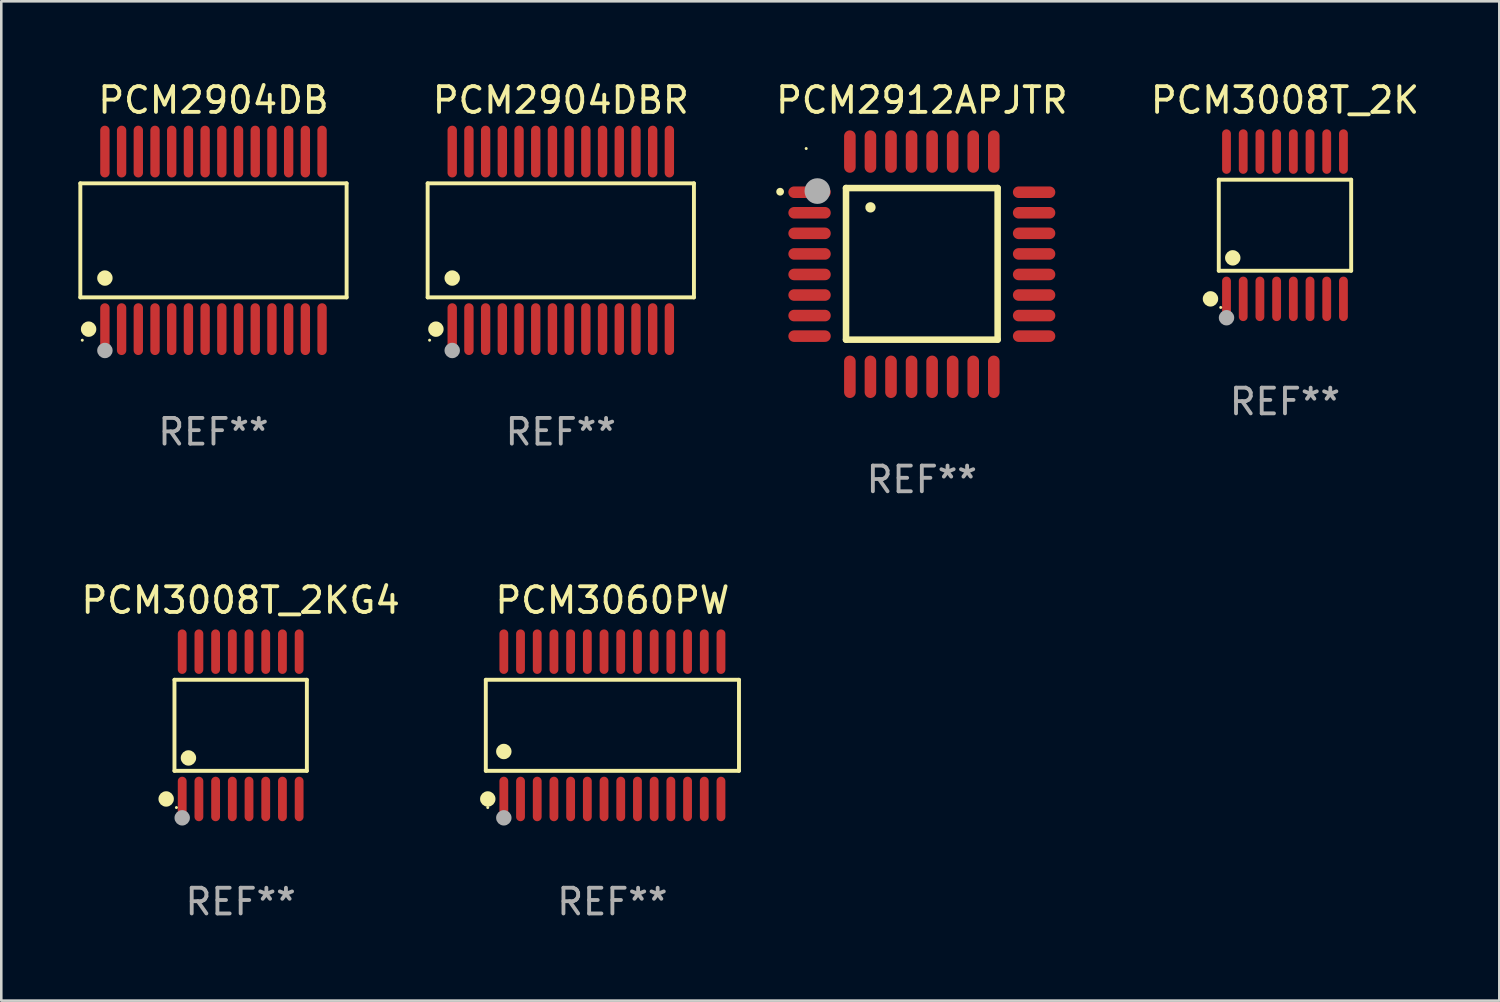
<source format=kicad_pcb>
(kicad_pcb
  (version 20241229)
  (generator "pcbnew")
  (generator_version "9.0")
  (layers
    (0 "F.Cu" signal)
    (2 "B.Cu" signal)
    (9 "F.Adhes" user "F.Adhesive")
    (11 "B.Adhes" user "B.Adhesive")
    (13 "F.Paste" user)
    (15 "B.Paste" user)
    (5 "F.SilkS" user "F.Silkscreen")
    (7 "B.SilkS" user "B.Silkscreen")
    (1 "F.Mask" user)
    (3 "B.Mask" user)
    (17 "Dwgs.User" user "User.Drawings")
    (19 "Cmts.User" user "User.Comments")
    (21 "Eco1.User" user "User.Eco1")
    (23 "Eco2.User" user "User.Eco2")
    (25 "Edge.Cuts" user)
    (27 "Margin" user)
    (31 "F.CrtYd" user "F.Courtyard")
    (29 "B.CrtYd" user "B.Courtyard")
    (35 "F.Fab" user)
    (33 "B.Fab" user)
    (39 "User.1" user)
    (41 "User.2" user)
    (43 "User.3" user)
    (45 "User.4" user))
  (footprint "PCM2904DBR"
    (layer "F.Cu")
    (at 18.772 6.303)
    (property "Reference" "PCM2904DBR" (at 0 -5.455 0) (layer "F.SilkS") (effects (font (size 1 1) (thickness 0.15))))
    (attr through_hole)
    (fp_line (start -5.181 -2.219) (end 5.181 -2.219) (stroke (width 0.152) (type solid)) (layer "F.SilkS"))
    (fp_line (start -5.181 2.219) (end -5.181 -2.219) (stroke (width 0.152) (type solid)) (layer "F.SilkS"))
    (fp_line (start 5.181 -2.219) (end 5.181 2.219) (stroke (width 0.152) (type solid)) (layer "F.SilkS"))
    (fp_line (start 5.181 2.219) (end -5.181 2.219) (stroke (width 0.152) (type solid)) (layer "F.SilkS"))
    (fp_circle (center -5.105 3.885) (end -5.075 3.885) (stroke (width 0.06) (type solid)) (fill no) (layer "F.SilkS"))
    (fp_circle (center -4.859 3.455) (end -4.709 3.455) (stroke (width 0.3) (type solid)) (fill no) (layer "F.SilkS"))
    (fp_circle (center -4.225 1.467) (end -4.075 1.467) (stroke (width 0.3) (type solid)) (fill no) (layer "F.SilkS"))
    (fp_circle (center -4.225 4.285) (end -4.075 4.285) (stroke (width 0.3) (type solid)) (fill no) (layer "F.Fab"))
    (fp_text user "REF**" (at 0 7.455 0) (layer "F.Fab") (effects (font (size 1 1) (thickness 0.15))))
    (pad "1" smd oval (at -4.225 3.455) (size 0.364 2.015) (layers "F.Cu" "F.Mask" "F.Paste"))
    (pad "2" smd oval (at -3.575 3.455) (size 0.364 2.015) (layers "F.Cu" "F.Mask" "F.Paste"))
    (pad "3" smd oval (at -2.925 3.455) (size 0.364 2.015) (layers "F.Cu" "F.Mask" "F.Paste"))
    (pad "4" smd oval (at -2.275 3.455) (size 0.364 2.015) (layers "F.Cu" "F.Mask" "F.Paste"))
    (pad "5" smd oval (at -1.625 3.455) (size 0.364 2.015) (layers "F.Cu" "F.Mask" "F.Paste"))
    (pad "6" smd oval (at -0.975 3.455) (size 0.364 2.015) (layers "F.Cu" "F.Mask" "F.Paste"))
    (pad "7" smd oval (at -0.325 3.455) (size 0.364 2.015) (layers "F.Cu" "F.Mask" "F.Paste"))
    (pad "8" smd oval (at 0.325 3.455) (size 0.364 2.015) (layers "F.Cu" "F.Mask" "F.Paste"))
    (pad "9" smd oval (at 0.975 3.455) (size 0.364 2.015) (layers "F.Cu" "F.Mask" "F.Paste"))
    (pad "10" smd oval (at 1.625 3.455) (size 0.364 2.015) (layers "F.Cu" "F.Mask" "F.Paste"))
    (pad "11" smd oval (at 2.275 3.455) (size 0.364 2.015) (layers "F.Cu" "F.Mask" "F.Paste"))
    (pad "12" smd oval (at 2.925 3.455) (size 0.364 2.015) (layers "F.Cu" "F.Mask" "F.Paste"))
    (pad "13" smd oval (at 3.575 3.455) (size 0.364 2.015) (layers "F.Cu" "F.Mask" "F.Paste"))
    (pad "14" smd oval (at 4.225 3.455) (size 0.364 2.015) (layers "F.Cu" "F.Mask" "F.Paste"))
    (pad "15" smd oval (at 4.225 -3.455) (size 0.364 2.015) (layers "F.Cu" "F.Mask" "F.Paste"))
    (pad "16" smd oval (at 3.575 -3.455) (size 0.364 2.015) (layers "F.Cu" "F.Mask" "F.Paste"))
    (pad "17" smd oval (at 2.925 -3.455) (size 0.364 2.015) (layers "F.Cu" "F.Mask" "F.Paste"))
    (pad "18" smd oval (at 2.275 -3.455) (size 0.364 2.015) (layers "F.Cu" "F.Mask" "F.Paste"))
    (pad "19" smd oval (at 1.625 -3.455) (size 0.364 2.015) (layers "F.Cu" "F.Mask" "F.Paste"))
    (pad "20" smd oval (at 0.975 -3.455) (size 0.364 2.015) (layers "F.Cu" "F.Mask" "F.Paste"))
    (pad "21" smd oval (at 0.325 -3.455) (size 0.364 2.015) (layers "F.Cu" "F.Mask" "F.Paste"))
    (pad "22" smd oval (at -0.325 -3.455) (size 0.364 2.015) (layers "F.Cu" "F.Mask" "F.Paste"))
    (pad "23" smd oval (at -0.975 -3.455) (size 0.364 2.015) (layers "F.Cu" "F.Mask" "F.Paste"))
    (pad "24" smd oval (at -1.625 -3.455) (size 0.364 2.015) (layers "F.Cu" "F.Mask" "F.Paste"))
    (pad "25" smd oval (at -2.275 -3.455) (size 0.364 2.015) (layers "F.Cu" "F.Mask" "F.Paste"))
    (pad "26" smd oval (at -2.925 -3.455) (size 0.364 2.015) (layers "F.Cu" "F.Mask" "F.Paste"))
    (pad "27" smd oval (at -3.575 -3.455) (size 0.364 2.015) (layers "F.Cu" "F.Mask" "F.Paste"))
    (pad "28" smd oval (at -4.225 -3.455) (size 0.364 2.015) (layers "F.Cu" "F.Mask" "F.Paste")))
  (footprint "PCM3008T_2K"
    (layer "F.Cu")
    (at 46.952 5.714)
    (property "Reference" "PCM3008T_2K" (at 0 -4.866 0) (layer "F.SilkS") (effects (font (size 1 1) (thickness 0.15))))
    (attr through_hole)
    (fp_line (start -2.576 -1.772) (end 2.576 -1.772) (stroke (width 0.152) (type solid)) (layer "F.SilkS"))
    (fp_line (start -2.576 1.771) (end -2.576 -1.772) (stroke (width 0.152) (type solid)) (layer "F.SilkS"))
    (fp_line (start 2.576 -1.772) (end 2.576 1.771) (stroke (width 0.152) (type solid)) (layer "F.SilkS"))
    (fp_line (start 2.576 1.771) (end -2.576 1.771) (stroke (width 0.152) (type solid)) (layer "F.SilkS"))
    (fp_circle (center -2.899 2.866) (end -2.749 2.866) (stroke (width 0.3) (type solid)) (fill no) (layer "F.SilkS"))
    (fp_circle (center -2.5 3.2) (end -2.47 3.2) (stroke (width 0.06) (type solid)) (fill no) (layer "F.SilkS"))
    (fp_circle (center -2.032 1.27) (end -1.882 1.27) (stroke (width 0.3) (type solid)) (fill no) (layer "F.SilkS"))
    (fp_circle (center -2.275 3.6) (end -2.125 3.6) (stroke (width 0.3) (type solid)) (fill no) (layer "F.Fab"))
    (fp_text user "REF**" (at 0 6.866 0) (layer "F.Fab") (effects (font (size 1 1) (thickness 0.15))))
    (pad "1" smd oval (at -2.275 2.866) (size 0.343 1.731) (layers "F.Cu" "F.Mask" "F.Paste"))
    (pad "2" smd oval (at -1.625 2.866) (size 0.343 1.731) (layers "F.Cu" "F.Mask" "F.Paste"))
    (pad "3" smd oval (at -0.975 2.866) (size 0.343 1.731) (layers "F.Cu" "F.Mask" "F.Paste"))
    (pad "4" smd oval (at -0.325 2.866) (size 0.343 1.731) (layers "F.Cu" "F.Mask" "F.Paste"))
    (pad "5" smd oval (at 0.325 2.866) (size 0.343 1.731) (layers "F.Cu" "F.Mask" "F.Paste"))
    (pad "6" smd oval (at 0.975 2.866) (size 0.343 1.731) (layers "F.Cu" "F.Mask" "F.Paste"))
    (pad "7" smd oval (at 1.625 2.866) (size 0.343 1.731) (layers "F.Cu" "F.Mask" "F.Paste"))
    (pad "8" smd oval (at 2.275 2.866) (size 0.343 1.731) (layers "F.Cu" "F.Mask" "F.Paste"))
    (pad "9" smd oval (at 2.275 -2.866) (size 0.343 1.731) (layers "F.Cu" "F.Mask" "F.Paste"))
    (pad "10" smd oval (at 1.625 -2.866) (size 0.343 1.731) (layers "F.Cu" "F.Mask" "F.Paste"))
    (pad "11" smd oval (at 0.975 -2.866) (size 0.343 1.731) (layers "F.Cu" "F.Mask" "F.Paste"))
    (pad "12" smd oval (at 0.325 -2.866) (size 0.343 1.731) (layers "F.Cu" "F.Mask" "F.Paste"))
    (pad "13" smd oval (at -0.325 -2.866) (size 0.343 1.731) (layers "F.Cu" "F.Mask" "F.Paste"))
    (pad "14" smd oval (at -0.975 -2.866) (size 0.343 1.731) (layers "F.Cu" "F.Mask" "F.Paste"))
    (pad "15" smd oval (at -1.625 -2.866) (size 0.343 1.731) (layers "F.Cu" "F.Mask" "F.Paste"))
    (pad "16" smd oval (at -2.275 -2.866) (size 0.343 1.731) (layers "F.Cu" "F.Mask" "F.Paste")))
  (footprint "PCM3060PW"
    (layer "F.Cu")
    (at 20.78 25.174)
    (property "Reference" "PCM3060PW" (at 0 -4.866 0) (layer "F.SilkS") (effects (font (size 1 1) (thickness 0.15))))
    (attr through_hole)
    (fp_line (start -4.926 -1.772) (end 4.926 -1.772) (stroke (width 0.152) (type solid)) (layer "F.SilkS"))
    (fp_line (start -4.926 1.771) (end -4.926 -1.772) (stroke (width 0.152) (type solid)) (layer "F.SilkS"))
    (fp_line (start 4.926 -1.772) (end 4.926 1.771) (stroke (width 0.152) (type solid)) (layer "F.SilkS"))
    (fp_line (start 4.926 1.771) (end -4.926 1.771) (stroke (width 0.152) (type solid)) (layer "F.SilkS"))
    (fp_circle (center -4.85 3.2) (end -4.82 3.2) (stroke (width 0.06) (type solid)) (fill no) (layer "F.SilkS"))
    (fp_circle (center -4.849 2.866) (end -4.699 2.866) (stroke (width 0.3) (type solid)) (fill no) (layer "F.SilkS"))
    (fp_circle (center -4.225 1.019) (end -4.075 1.019) (stroke (width 0.3) (type solid)) (fill no) (layer "F.SilkS"))
    (fp_circle (center -4.225 3.6) (end -4.075 3.6) (stroke (width 0.3) (type solid)) (fill no) (layer "F.Fab"))
    (fp_text user "REF**" (at 0 6.866 0) (layer "F.Fab") (effects (font (size 1 1) (thickness 0.15))))
    (pad "1" smd oval (at -4.225 2.866) (size 0.343 1.731) (layers "F.Cu" "F.Mask" "F.Paste"))
    (pad "2" smd oval (at -3.575 2.866) (size 0.343 1.731) (layers "F.Cu" "F.Mask" "F.Paste"))
    (pad "3" smd oval (at -2.925 2.866) (size 0.343 1.731) (layers "F.Cu" "F.Mask" "F.Paste"))
    (pad "4" smd oval (at -2.275 2.866) (size 0.343 1.731) (layers "F.Cu" "F.Mask" "F.Paste"))
    (pad "5" smd oval (at -1.625 2.866) (size 0.343 1.731) (layers "F.Cu" "F.Mask" "F.Paste"))
    (pad "6" smd oval (at -0.975 2.866) (size 0.343 1.731) (layers "F.Cu" "F.Mask" "F.Paste"))
    (pad "7" smd oval (at -0.325 2.866) (size 0.343 1.731) (layers "F.Cu" "F.Mask" "F.Paste"))
    (pad "8" smd oval (at 0.325 2.866) (size 0.343 1.731) (layers "F.Cu" "F.Mask" "F.Paste"))
    (pad "9" smd oval (at 0.975 2.866) (size 0.343 1.731) (layers "F.Cu" "F.Mask" "F.Paste"))
    (pad "10" smd oval (at 1.625 2.866) (size 0.343 1.731) (layers "F.Cu" "F.Mask" "F.Paste"))
    (pad "11" smd oval (at 2.275 2.866) (size 0.343 1.731) (layers "F.Cu" "F.Mask" "F.Paste"))
    (pad "12" smd oval (at 2.925 2.866) (size 0.343 1.731) (layers "F.Cu" "F.Mask" "F.Paste"))
    (pad "13" smd oval (at 3.575 2.866) (size 0.343 1.731) (layers "F.Cu" "F.Mask" "F.Paste"))
    (pad "14" smd oval (at 4.225 2.866) (size 0.343 1.731) (layers "F.Cu" "F.Mask" "F.Paste"))
    (pad "15" smd oval (at 4.225 -2.866) (size 0.343 1.731) (layers "F.Cu" "F.Mask" "F.Paste"))
    (pad "16" smd oval (at 3.575 -2.866) (size 0.343 1.731) (layers "F.Cu" "F.Mask" "F.Paste"))
    (pad "17" smd oval (at 2.925 -2.866) (size 0.343 1.731) (layers "F.Cu" "F.Mask" "F.Paste"))
    (pad "18" smd oval (at 2.275 -2.866) (size 0.343 1.731) (layers "F.Cu" "F.Mask" "F.Paste"))
    (pad "19" smd oval (at 1.625 -2.866) (size 0.343 1.731) (layers "F.Cu" "F.Mask" "F.Paste"))
    (pad "20" smd oval (at 0.975 -2.866) (size 0.343 1.731) (layers "F.Cu" "F.Mask" "F.Paste"))
    (pad "21" smd oval (at 0.325 -2.866) (size 0.343 1.731) (layers "F.Cu" "F.Mask" "F.Paste"))
    (pad "22" smd oval (at -0.325 -2.866) (size 0.343 1.731) (layers "F.Cu" "F.Mask" "F.Paste"))
    (pad "23" smd oval (at -0.975 -2.866) (size 0.343 1.731) (layers "F.Cu" "F.Mask" "F.Paste"))
    (pad "24" smd oval (at -1.625 -2.866) (size 0.343 1.731) (layers "F.Cu" "F.Mask" "F.Paste"))
    (pad "25" smd oval (at -2.275 -2.866) (size 0.343 1.731) (layers "F.Cu" "F.Mask" "F.Paste"))
    (pad "26" smd oval (at -2.925 -2.866) (size 0.343 1.731) (layers "F.Cu" "F.Mask" "F.Paste"))
    (pad "27" smd oval (at -3.575 -2.866) (size 0.343 1.731) (layers "F.Cu" "F.Mask" "F.Paste"))
    (pad "28" smd oval (at -4.225 -2.866) (size 0.343 1.731) (layers "F.Cu" "F.Mask" "F.Paste")))
  (footprint "PCM2904DB"
    (layer "F.Cu")
    (at 5.257 6.303)
    (property "Reference" "PCM2904DB" (at 0 -5.455 0) (layer "F.SilkS") (effects (font (size 1 1) (thickness 0.15))))
    (attr through_hole)
    (fp_line (start -5.181 -2.219) (end 5.181 -2.219) (stroke (width 0.152) (type solid)) (layer "F.SilkS"))
    (fp_line (start -5.181 2.219) (end -5.181 -2.219) (stroke (width 0.152) (type solid)) (layer "F.SilkS"))
    (fp_line (start 5.181 -2.219) (end 5.181 2.219) (stroke (width 0.152) (type solid)) (layer "F.SilkS"))
    (fp_line (start 5.181 2.219) (end -5.181 2.219) (stroke (width 0.152) (type solid)) (layer "F.SilkS"))
    (fp_circle (center -5.105 3.885) (end -5.075 3.885) (stroke (width 0.06) (type solid)) (fill no) (layer "F.SilkS"))
    (fp_circle (center -4.859 3.455) (end -4.709 3.455) (stroke (width 0.3) (type solid)) (fill no) (layer "F.SilkS"))
    (fp_circle (center -4.225 1.467) (end -4.075 1.467) (stroke (width 0.3) (type solid)) (fill no) (layer "F.SilkS"))
    (fp_circle (center -4.225 4.285) (end -4.075 4.285) (stroke (width 0.3) (type solid)) (fill no) (layer "F.Fab"))
    (fp_text user "REF**" (at 0 7.455 0) (layer "F.Fab") (effects (font (size 1 1) (thickness 0.15))))
    (pad "1" smd oval (at -4.225 3.455) (size 0.364 2.015) (layers "F.Cu" "F.Mask" "F.Paste"))
    (pad "2" smd oval (at -3.575 3.455) (size 0.364 2.015) (layers "F.Cu" "F.Mask" "F.Paste"))
    (pad "3" smd oval (at -2.925 3.455) (size 0.364 2.015) (layers "F.Cu" "F.Mask" "F.Paste"))
    (pad "4" smd oval (at -2.275 3.455) (size 0.364 2.015) (layers "F.Cu" "F.Mask" "F.Paste"))
    (pad "5" smd oval (at -1.625 3.455) (size 0.364 2.015) (layers "F.Cu" "F.Mask" "F.Paste"))
    (pad "6" smd oval (at -0.975 3.455) (size 0.364 2.015) (layers "F.Cu" "F.Mask" "F.Paste"))
    (pad "7" smd oval (at -0.325 3.455) (size 0.364 2.015) (layers "F.Cu" "F.Mask" "F.Paste"))
    (pad "8" smd oval (at 0.325 3.455) (size 0.364 2.015) (layers "F.Cu" "F.Mask" "F.Paste"))
    (pad "9" smd oval (at 0.975 3.455) (size 0.364 2.015) (layers "F.Cu" "F.Mask" "F.Paste"))
    (pad "10" smd oval (at 1.625 3.455) (size 0.364 2.015) (layers "F.Cu" "F.Mask" "F.Paste"))
    (pad "11" smd oval (at 2.275 3.455) (size 0.364 2.015) (layers "F.Cu" "F.Mask" "F.Paste"))
    (pad "12" smd oval (at 2.925 3.455) (size 0.364 2.015) (layers "F.Cu" "F.Mask" "F.Paste"))
    (pad "13" smd oval (at 3.575 3.455) (size 0.364 2.015) (layers "F.Cu" "F.Mask" "F.Paste"))
    (pad "14" smd oval (at 4.225 3.455) (size 0.364 2.015) (layers "F.Cu" "F.Mask" "F.Paste"))
    (pad "15" smd oval (at 4.225 -3.455) (size 0.364 2.015) (layers "F.Cu" "F.Mask" "F.Paste"))
    (pad "16" smd oval (at 3.575 -3.455) (size 0.364 2.015) (layers "F.Cu" "F.Mask" "F.Paste"))
    (pad "17" smd oval (at 2.925 -3.455) (size 0.364 2.015) (layers "F.Cu" "F.Mask" "F.Paste"))
    (pad "18" smd oval (at 2.275 -3.455) (size 0.364 2.015) (layers "F.Cu" "F.Mask" "F.Paste"))
    (pad "19" smd oval (at 1.625 -3.455) (size 0.364 2.015) (layers "F.Cu" "F.Mask" "F.Paste"))
    (pad "20" smd oval (at 0.975 -3.455) (size 0.364 2.015) (layers "F.Cu" "F.Mask" "F.Paste"))
    (pad "21" smd oval (at 0.325 -3.455) (size 0.364 2.015) (layers "F.Cu" "F.Mask" "F.Paste"))
    (pad "22" smd oval (at -0.325 -3.455) (size 0.364 2.015) (layers "F.Cu" "F.Mask" "F.Paste"))
    (pad "23" smd oval (at -0.975 -3.455) (size 0.364 2.015) (layers "F.Cu" "F.Mask" "F.Paste"))
    (pad "24" smd oval (at -1.625 -3.455) (size 0.364 2.015) (layers "F.Cu" "F.Mask" "F.Paste"))
    (pad "25" smd oval (at -2.275 -3.455) (size 0.364 2.015) (layers "F.Cu" "F.Mask" "F.Paste"))
    (pad "26" smd oval (at -2.925 -3.455) (size 0.364 2.015) (layers "F.Cu" "F.Mask" "F.Paste"))
    (pad "27" smd oval (at -3.575 -3.455) (size 0.364 2.015) (layers "F.Cu" "F.Mask" "F.Paste"))
    (pad "28" smd oval (at -4.225 -3.455) (size 0.364 2.015) (layers "F.Cu" "F.Mask" "F.Paste")))
  (footprint "PCM3008T_2KG4"
    (layer "F.Cu")
    (at 6.315 25.174)
    (property "Reference" "PCM3008T_2KG4" (at 0 -4.866 0) (layer "F.SilkS") (effects (font (size 1 1) (thickness 0.15))))
    (attr through_hole)
    (fp_line (start -2.576 -1.772) (end 2.576 -1.772) (stroke (width 0.152) (type solid)) (layer "F.SilkS"))
    (fp_line (start -2.576 1.771) (end -2.576 -1.772) (stroke (width 0.152) (type solid)) (layer "F.SilkS"))
    (fp_line (start 2.576 -1.772) (end 2.576 1.771) (stroke (width 0.152) (type solid)) (layer "F.SilkS"))
    (fp_line (start 2.576 1.771) (end -2.576 1.771) (stroke (width 0.152) (type solid)) (layer "F.SilkS"))
    (fp_circle (center -2.899 2.866) (end -2.749 2.866) (stroke (width 0.3) (type solid)) (fill no) (layer "F.SilkS"))
    (fp_circle (center -2.5 3.2) (end -2.47 3.2) (stroke (width 0.06) (type solid)) (fill no) (layer "F.SilkS"))
    (fp_circle (center -2.032 1.27) (end -1.882 1.27) (stroke (width 0.3) (type solid)) (fill no) (layer "F.SilkS"))
    (fp_circle (center -2.275 3.6) (end -2.125 3.6) (stroke (width 0.3) (type solid)) (fill no) (layer "F.Fab"))
    (fp_text user "REF**" (at 0 6.866 0) (layer "F.Fab") (effects (font (size 1 1) (thickness 0.15))))
    (pad "1" smd oval (at -2.275 2.866) (size 0.343 1.731) (layers "F.Cu" "F.Mask" "F.Paste"))
    (pad "2" smd oval (at -1.625 2.866) (size 0.343 1.731) (layers "F.Cu" "F.Mask" "F.Paste"))
    (pad "3" smd oval (at -0.975 2.866) (size 0.343 1.731) (layers "F.Cu" "F.Mask" "F.Paste"))
    (pad "4" smd oval (at -0.325 2.866) (size 0.343 1.731) (layers "F.Cu" "F.Mask" "F.Paste"))
    (pad "5" smd oval (at 0.325 2.866) (size 0.343 1.731) (layers "F.Cu" "F.Mask" "F.Paste"))
    (pad "6" smd oval (at 0.975 2.866) (size 0.343 1.731) (layers "F.Cu" "F.Mask" "F.Paste"))
    (pad "7" smd oval (at 1.625 2.866) (size 0.343 1.731) (layers "F.Cu" "F.Mask" "F.Paste"))
    (pad "8" smd oval (at 2.275 2.866) (size 0.343 1.731) (layers "F.Cu" "F.Mask" "F.Paste"))
    (pad "9" smd oval (at 2.275 -2.866) (size 0.343 1.731) (layers "F.Cu" "F.Mask" "F.Paste"))
    (pad "10" smd oval (at 1.625 -2.866) (size 0.343 1.731) (layers "F.Cu" "F.Mask" "F.Paste"))
    (pad "11" smd oval (at 0.975 -2.866) (size 0.343 1.731) (layers "F.Cu" "F.Mask" "F.Paste"))
    (pad "12" smd oval (at 0.325 -2.866) (size 0.343 1.731) (layers "F.Cu" "F.Mask" "F.Paste"))
    (pad "13" smd oval (at -0.325 -2.866) (size 0.343 1.731) (layers "F.Cu" "F.Mask" "F.Paste"))
    (pad "14" smd oval (at -0.975 -2.866) (size 0.343 1.731) (layers "F.Cu" "F.Mask" "F.Paste"))
    (pad "15" smd oval (at -1.625 -2.866) (size 0.343 1.731) (layers "F.Cu" "F.Mask" "F.Paste"))
    (pad "16" smd oval (at -2.275 -2.866) (size 0.343 1.731) (layers "F.Cu" "F.Mask" "F.Paste")))
  (footprint "PCM2912APJTR"
    (layer "F.Cu")
    (at 32.821 7.23)
    (property "Reference" "PCM2912APJTR" (at 0 -6.382 0) (layer "F.SilkS") (effects (font (size 1 1) (thickness 0.15))))
    (attr through_hole)
    (fp_line (start -2.95 -2.963) (end -2.95 2.937) (stroke (width 0.254) (type solid)) (layer "F.SilkS"))
    (fp_line (start -2.95 2.937) (end 2.95 2.937) (stroke (width 0.254) (type solid)) (layer "F.SilkS"))
    (fp_line (start 2.95 -2.963) (end -2.95 -2.963) (stroke (width 0.254) (type solid)) (layer "F.SilkS"))
    (fp_line (start 2.95 2.937) (end 2.95 -2.963) (stroke (width 0.254) (type solid)) (layer "F.SilkS"))
    (fp_arc (start -5.514199 -2.818136) (mid -5.514204 -2.819406) (end -5.514199 -2.820676) (stroke (width 0.3) (type solid)) (layer "F.SilkS"))
    (fp_arc (start -1.998984 -2.209804) (mid -1.998988 -2.211074) (end -1.998984 -2.212344) (stroke (width 0.4) (type solid)) (layer "F.SilkS"))
    (fp_circle (center -4.5 -4.5) (end -4.47 -4.5) (stroke (width 0.06) (type solid)) (fill no) (layer "F.SilkS"))
    (fp_circle (center -4.064 -2.845) (end -3.814 -2.845) (stroke (width 0.5) (type solid)) (fill no) (layer "F.Fab"))
    (fp_text user "REF**" (at 0 8.382 0) (layer "F.Fab") (effects (font (size 1 1) (thickness 0.15))))
    (pad "1" smd oval (at -4.369 -2.8 90) (size 0.45 1.65) (layers "F.Cu" "F.Mask" "F.Paste"))
    (pad "2" smd oval (at -4.369 -2 90) (size 0.45 1.65) (layers "F.Cu" "F.Mask" "F.Paste"))
    (pad "3" smd oval (at -4.369 -1.2 90) (size 0.45 1.65) (layers "F.Cu" "F.Mask" "F.Paste"))
    (pad "4" smd oval (at -4.369 -0.4 90) (size 0.45 1.65) (layers "F.Cu" "F.Mask" "F.Paste"))
    (pad "5" smd oval (at -4.369 0.4 90) (size 0.45 1.65) (layers "F.Cu" "F.Mask" "F.Paste"))
    (pad "6" smd oval (at -4.369 1.2 90) (size 0.45 1.65) (layers "F.Cu" "F.Mask" "F.Paste"))
    (pad "7" smd oval (at -4.369 2 90) (size 0.45 1.65) (layers "F.Cu" "F.Mask" "F.Paste"))
    (pad "8" smd oval (at -4.369 2.8 90) (size 0.45 1.65) (layers "F.Cu" "F.Mask" "F.Paste"))
    (pad "9" smd oval (at -2.8 4.382) (size 0.45 1.65) (layers "F.Cu" "F.Mask" "F.Paste"))
    (pad "10" smd oval (at -2 4.382) (size 0.45 1.65) (layers "F.Cu" "F.Mask" "F.Paste"))
    (pad "11" smd oval (at -1.2 4.382) (size 0.45 1.65) (layers "F.Cu" "F.Mask" "F.Paste"))
    (pad "12" smd oval (at -0.4 4.382) (size 0.45 1.65) (layers "F.Cu" "F.Mask" "F.Paste"))
    (pad "13" smd oval (at 0.4 4.382) (size 0.45 1.65) (layers "F.Cu" "F.Mask" "F.Paste"))
    (pad "14" smd oval (at 1.2 4.382) (size 0.45 1.65) (layers "F.Cu" "F.Mask" "F.Paste"))
    (pad "15" smd oval (at 2 4.382) (size 0.45 1.65) (layers "F.Cu" "F.Mask" "F.Paste"))
    (pad "16" smd oval (at 2.8 4.382) (size 0.45 1.65) (layers "F.Cu" "F.Mask" "F.Paste"))
    (pad "17" smd oval (at 4.369 2.8 90) (size 0.45 1.65) (layers "F.Cu" "F.Mask" "F.Paste"))
    (pad "18" smd oval (at 4.369 2 90) (size 0.45 1.65) (layers "F.Cu" "F.Mask" "F.Paste"))
    (pad "19" smd oval (at 4.369 1.2 90) (size 0.45 1.65) (layers "F.Cu" "F.Mask" "F.Paste"))
    (pad "20" smd oval (at 4.369 0.4 90) (size 0.45 1.65) (layers "F.Cu" "F.Mask" "F.Paste"))
    (pad "21" smd oval (at 4.369 -0.4 90) (size 0.45 1.65) (layers "F.Cu" "F.Mask" "F.Paste"))
    (pad "22" smd oval (at 4.369 -1.2 90) (size 0.45 1.65) (layers "F.Cu" "F.Mask" "F.Paste"))
    (pad "23" smd oval (at 4.369 -2 90) (size 0.45 1.65) (layers "F.Cu" "F.Mask" "F.Paste"))
    (pad "24" smd oval (at 4.369 -2.8 90) (size 0.45 1.65) (layers "F.Cu" "F.Mask" "F.Paste"))
    (pad "25" smd oval (at 2.8 -4.382) (size 0.45 1.65) (layers "F.Cu" "F.Mask" "F.Paste"))
    (pad "26" smd oval (at 2 -4.382) (size 0.45 1.65) (layers "F.Cu" "F.Mask" "F.Paste"))
    (pad "27" smd oval (at 1.2 -4.382) (size 0.45 1.65) (layers "F.Cu" "F.Mask" "F.Paste"))
    (pad "28" smd oval (at 0.4 -4.382) (size 0.45 1.65) (layers "F.Cu" "F.Mask" "F.Paste"))
    (pad "29" smd oval (at -0.4 -4.382) (size 0.45 1.65) (layers "F.Cu" "F.Mask" "F.Paste"))
    (pad "30" smd oval (at -1.2 -4.382) (size 0.45 1.65) (layers "F.Cu" "F.Mask" "F.Paste"))
    (pad "31" smd oval (at -2 -4.382) (size 0.45 1.65) (layers "F.Cu" "F.Mask" "F.Paste"))
    (pad "32" smd oval (at -2.8 -4.382) (size 0.45 1.65) (layers "F.Cu" "F.Mask" "F.Paste")))
  (gr_rect
    (start -3 -3)
    (end 55.292 35.888)
    (stroke (width 0.1) (type default))
    (fill no)
    (layer "Edge.Cuts")))
</source>
